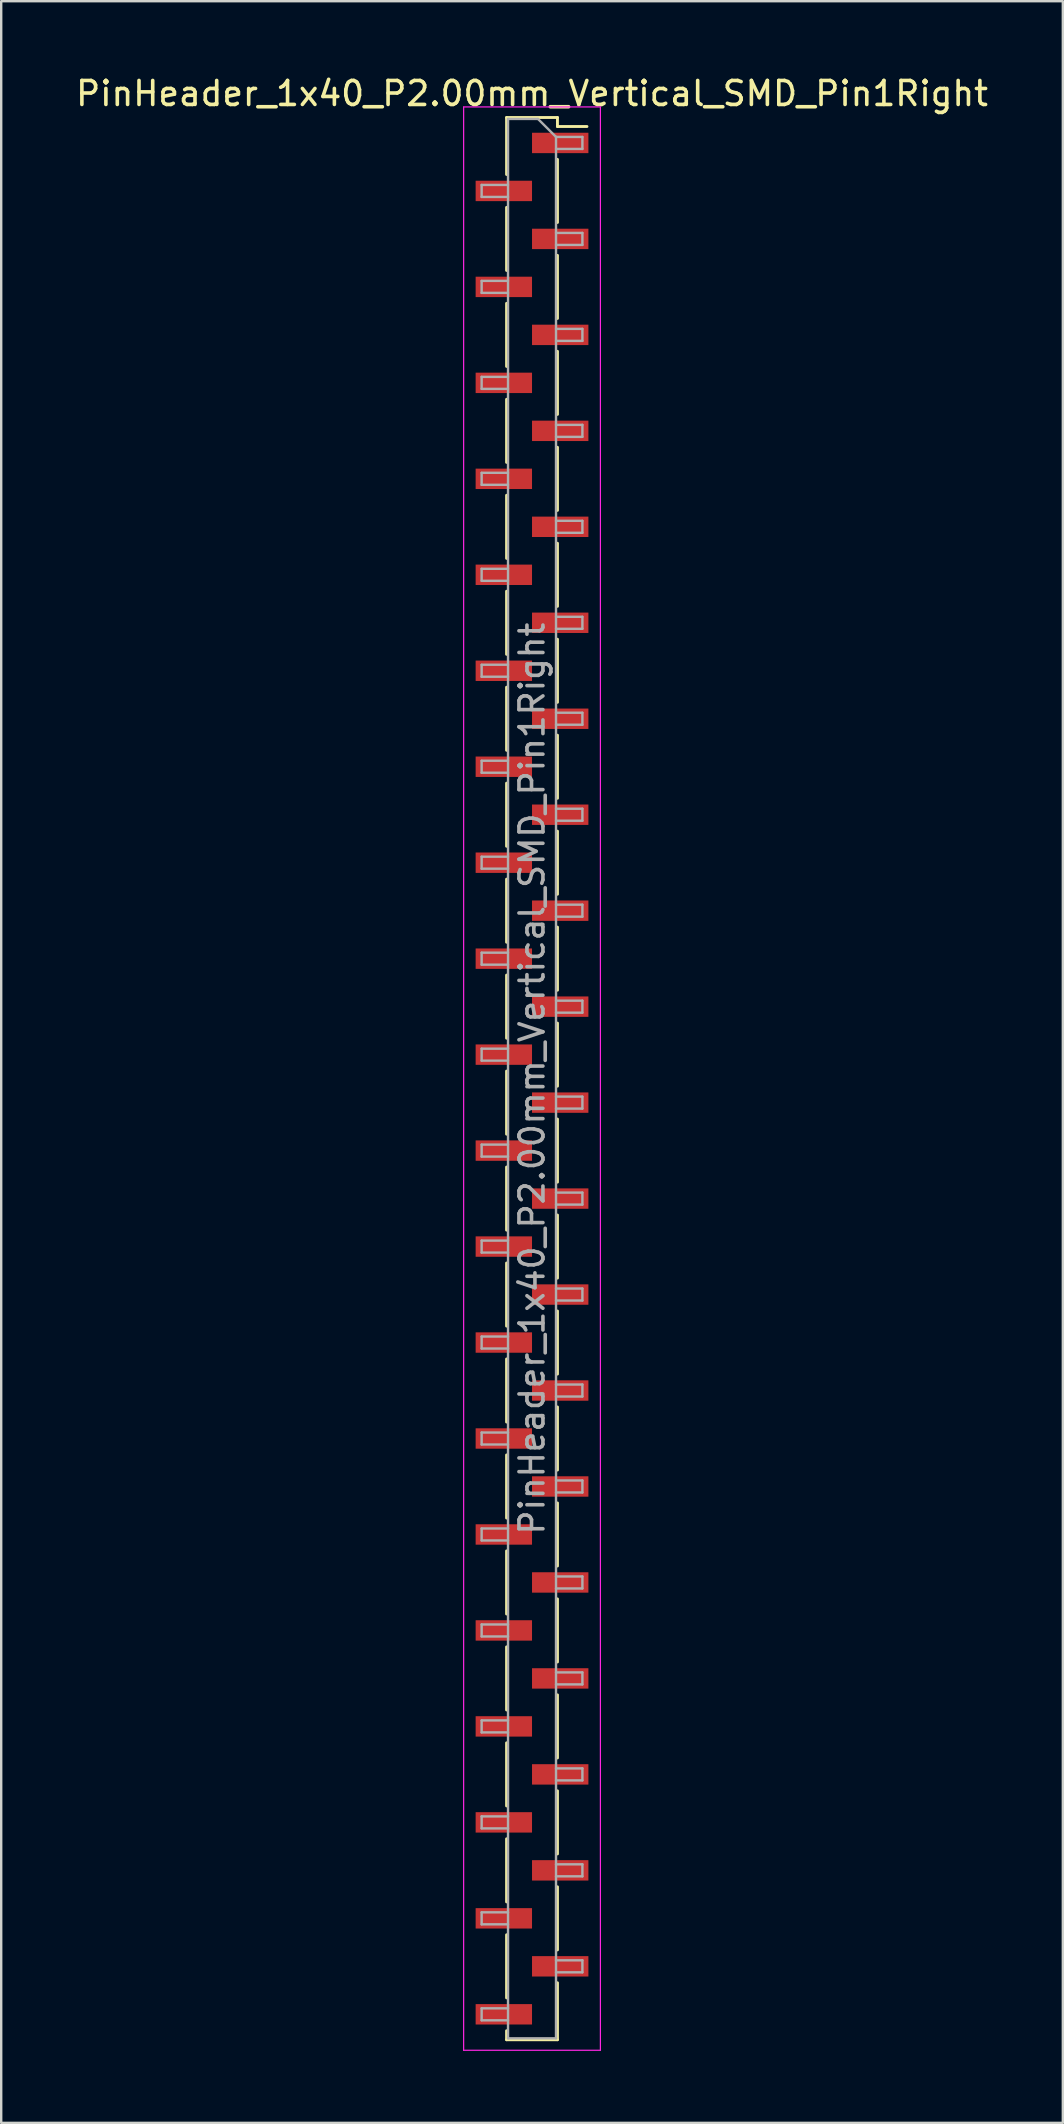
<source format=kicad_pcb>
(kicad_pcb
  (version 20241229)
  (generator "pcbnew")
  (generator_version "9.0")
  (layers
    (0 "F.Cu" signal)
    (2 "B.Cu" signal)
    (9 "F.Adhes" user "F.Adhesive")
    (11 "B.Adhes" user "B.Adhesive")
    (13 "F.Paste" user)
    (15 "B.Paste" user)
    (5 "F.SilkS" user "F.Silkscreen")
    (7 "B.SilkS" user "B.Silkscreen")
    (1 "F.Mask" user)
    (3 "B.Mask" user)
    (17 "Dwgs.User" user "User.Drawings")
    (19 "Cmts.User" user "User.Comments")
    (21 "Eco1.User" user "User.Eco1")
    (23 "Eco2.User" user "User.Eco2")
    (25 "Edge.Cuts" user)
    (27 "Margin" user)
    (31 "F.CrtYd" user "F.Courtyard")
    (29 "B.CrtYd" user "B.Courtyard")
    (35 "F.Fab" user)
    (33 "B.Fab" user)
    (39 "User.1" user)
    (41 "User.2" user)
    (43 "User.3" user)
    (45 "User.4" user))
  (footprint "PinHeader_1x40_P2.00mm_Vertical_SMD_Pin1Right"
    (layer "F.Cu")
    (at 19.125 41.908)
    (property "Reference" "PinHeader_1x40_P2.00mm_Vertical_SMD_Pin1Right" (at 0 -41.06 0) (layer "F.SilkS") (effects (font (size 1 1) (thickness 0.15))))
    (attr smd)
    (fp_line (start -1.06 -40.06) (end -1.06 -37.685) (stroke (width 0.12) (type solid)) (layer "F.SilkS"))
    (fp_line (start -1.06 -40.06) (end 1.06 -40.06) (stroke (width 0.12) (type solid)) (layer "F.SilkS"))
    (fp_line (start -1.06 -36.315) (end -1.06 -33.685) (stroke (width 0.12) (type solid)) (layer "F.SilkS"))
    (fp_line (start -1.06 -32.315) (end -1.06 -29.685) (stroke (width 0.12) (type solid)) (layer "F.SilkS"))
    (fp_line (start -1.06 -28.315) (end -1.06 -25.685) (stroke (width 0.12) (type solid)) (layer "F.SilkS"))
    (fp_line (start -1.06 -24.315) (end -1.06 -21.685) (stroke (width 0.12) (type solid)) (layer "F.SilkS"))
    (fp_line (start -1.06 -20.315) (end -1.06 -17.685) (stroke (width 0.12) (type solid)) (layer "F.SilkS"))
    (fp_line (start -1.06 -16.315) (end -1.06 -13.685) (stroke (width 0.12) (type solid)) (layer "F.SilkS"))
    (fp_line (start -1.06 -12.315) (end -1.06 -9.685) (stroke (width 0.12) (type solid)) (layer "F.SilkS"))
    (fp_line (start -1.06 -8.315) (end -1.06 -5.685) (stroke (width 0.12) (type solid)) (layer "F.SilkS"))
    (fp_line (start -1.06 -4.315) (end -1.06 -1.685) (stroke (width 0.12) (type solid)) (layer "F.SilkS"))
    (fp_line (start -1.06 -0.315) (end -1.06 2.315) (stroke (width 0.12) (type solid)) (layer "F.SilkS"))
    (fp_line (start -1.06 3.685) (end -1.06 6.315) (stroke (width 0.12) (type solid)) (layer "F.SilkS"))
    (fp_line (start -1.06 7.685) (end -1.06 10.315) (stroke (width 0.12) (type solid)) (layer "F.SilkS"))
    (fp_line (start -1.06 11.685) (end -1.06 14.315) (stroke (width 0.12) (type solid)) (layer "F.SilkS"))
    (fp_line (start -1.06 15.685) (end -1.06 18.315) (stroke (width 0.12) (type solid)) (layer "F.SilkS"))
    (fp_line (start -1.06 19.685) (end -1.06 22.315) (stroke (width 0.12) (type solid)) (layer "F.SilkS"))
    (fp_line (start -1.06 23.685) (end -1.06 26.315) (stroke (width 0.12) (type solid)) (layer "F.SilkS"))
    (fp_line (start -1.06 27.685) (end -1.06 30.315) (stroke (width 0.12) (type solid)) (layer "F.SilkS"))
    (fp_line (start -1.06 31.685) (end -1.06 34.315) (stroke (width 0.12) (type solid)) (layer "F.SilkS"))
    (fp_line (start -1.06 35.685) (end -1.06 38.315) (stroke (width 0.12) (type solid)) (layer "F.SilkS"))
    (fp_line (start -1.06 39.685) (end -1.06 40.06) (stroke (width 0.12) (type solid)) (layer "F.SilkS"))
    (fp_line (start -1.06 40.06) (end 1.06 40.06) (stroke (width 0.12) (type solid)) (layer "F.SilkS"))
    (fp_line (start 1.06 -40.06) (end 1.06 -39.685) (stroke (width 0.12) (type solid)) (layer "F.SilkS"))
    (fp_line (start 1.06 -39.685) (end 2.29 -39.685) (stroke (width 0.12) (type solid)) (layer "F.SilkS"))
    (fp_line (start 1.06 -38.315) (end 1.06 -35.685) (stroke (width 0.12) (type solid)) (layer "F.SilkS"))
    (fp_line (start 1.06 -34.315) (end 1.06 -31.685) (stroke (width 0.12) (type solid)) (layer "F.SilkS"))
    (fp_line (start 1.06 -30.315) (end 1.06 -27.685) (stroke (width 0.12) (type solid)) (layer "F.SilkS"))
    (fp_line (start 1.06 -26.315) (end 1.06 -23.685) (stroke (width 0.12) (type solid)) (layer "F.SilkS"))
    (fp_line (start 1.06 -22.315) (end 1.06 -19.685) (stroke (width 0.12) (type solid)) (layer "F.SilkS"))
    (fp_line (start 1.06 -18.315) (end 1.06 -15.685) (stroke (width 0.12) (type solid)) (layer "F.SilkS"))
    (fp_line (start 1.06 -14.315) (end 1.06 -11.685) (stroke (width 0.12) (type solid)) (layer "F.SilkS"))
    (fp_line (start 1.06 -10.315) (end 1.06 -7.685) (stroke (width 0.12) (type solid)) (layer "F.SilkS"))
    (fp_line (start 1.06 -6.315) (end 1.06 -3.685) (stroke (width 0.12) (type solid)) (layer "F.SilkS"))
    (fp_line (start 1.06 -2.315) (end 1.06 0.315) (stroke (width 0.12) (type solid)) (layer "F.SilkS"))
    (fp_line (start 1.06 1.685) (end 1.06 4.315) (stroke (width 0.12) (type solid)) (layer "F.SilkS"))
    (fp_line (start 1.06 5.685) (end 1.06 8.315) (stroke (width 0.12) (type solid)) (layer "F.SilkS"))
    (fp_line (start 1.06 9.685) (end 1.06 12.315) (stroke (width 0.12) (type solid)) (layer "F.SilkS"))
    (fp_line (start 1.06 13.685) (end 1.06 16.315) (stroke (width 0.12) (type solid)) (layer "F.SilkS"))
    (fp_line (start 1.06 17.685) (end 1.06 20.315) (stroke (width 0.12) (type solid)) (layer "F.SilkS"))
    (fp_line (start 1.06 21.685) (end 1.06 24.315) (stroke (width 0.12) (type solid)) (layer "F.SilkS"))
    (fp_line (start 1.06 25.685) (end 1.06 28.315) (stroke (width 0.12) (type solid)) (layer "F.SilkS"))
    (fp_line (start 1.06 29.685) (end 1.06 32.315) (stroke (width 0.12) (type solid)) (layer "F.SilkS"))
    (fp_line (start 1.06 33.685) (end 1.06 36.315) (stroke (width 0.12) (type solid)) (layer "F.SilkS"))
    (fp_line (start 1.06 37.685) (end 1.06 40.06) (stroke (width 0.12) (type solid)) (layer "F.SilkS"))
    (fp_line (start -2.85 -40.5) (end -2.85 40.5) (stroke (width 0.05) (type solid)) (layer "F.CrtYd"))
    (fp_line (start -2.85 40.5) (end 2.85 40.5) (stroke (width 0.05) (type solid)) (layer "F.CrtYd"))
    (fp_line (start 2.85 -40.5) (end -2.85 -40.5) (stroke (width 0.05) (type solid)) (layer "F.CrtYd"))
    (fp_line (start 2.85 40.5) (end 2.85 -40.5) (stroke (width 0.05) (type solid)) (layer "F.CrtYd"))
    (fp_line (start -2.1 -37.25) (end -2.1 -36.75) (stroke (width 0.1) (type solid)) (layer "F.Fab"))
    (fp_line (start -2.1 -36.75) (end -1 -36.75) (stroke (width 0.1) (type solid)) (layer "F.Fab"))
    (fp_line (start -2.1 -33.25) (end -2.1 -32.75) (stroke (width 0.1) (type solid)) (layer "F.Fab"))
    (fp_line (start -2.1 -32.75) (end -1 -32.75) (stroke (width 0.1) (type solid)) (layer "F.Fab"))
    (fp_line (start -2.1 -29.25) (end -2.1 -28.75) (stroke (width 0.1) (type solid)) (layer "F.Fab"))
    (fp_line (start -2.1 -28.75) (end -1 -28.75) (stroke (width 0.1) (type solid)) (layer "F.Fab"))
    (fp_line (start -2.1 -25.25) (end -2.1 -24.75) (stroke (width 0.1) (type solid)) (layer "F.Fab"))
    (fp_line (start -2.1 -24.75) (end -1 -24.75) (stroke (width 0.1) (type solid)) (layer "F.Fab"))
    (fp_line (start -2.1 -21.25) (end -2.1 -20.75) (stroke (width 0.1) (type solid)) (layer "F.Fab"))
    (fp_line (start -2.1 -20.75) (end -1 -20.75) (stroke (width 0.1) (type solid)) (layer "F.Fab"))
    (fp_line (start -2.1 -17.25) (end -2.1 -16.75) (stroke (width 0.1) (type solid)) (layer "F.Fab"))
    (fp_line (start -2.1 -16.75) (end -1 -16.75) (stroke (width 0.1) (type solid)) (layer "F.Fab"))
    (fp_line (start -2.1 -13.25) (end -2.1 -12.75) (stroke (width 0.1) (type solid)) (layer "F.Fab"))
    (fp_line (start -2.1 -12.75) (end -1 -12.75) (stroke (width 0.1) (type solid)) (layer "F.Fab"))
    (fp_line (start -2.1 -9.25) (end -2.1 -8.75) (stroke (width 0.1) (type solid)) (layer "F.Fab"))
    (fp_line (start -2.1 -8.75) (end -1 -8.75) (stroke (width 0.1) (type solid)) (layer "F.Fab"))
    (fp_line (start -2.1 -5.25) (end -2.1 -4.75) (stroke (width 0.1) (type solid)) (layer "F.Fab"))
    (fp_line (start -2.1 -4.75) (end -1 -4.75) (stroke (width 0.1) (type solid)) (layer "F.Fab"))
    (fp_line (start -2.1 -1.25) (end -2.1 -0.75) (stroke (width 0.1) (type solid)) (layer "F.Fab"))
    (fp_line (start -2.1 -0.75) (end -1 -0.75) (stroke (width 0.1) (type solid)) (layer "F.Fab"))
    (fp_line (start -2.1 2.75) (end -2.1 3.25) (stroke (width 0.1) (type solid)) (layer "F.Fab"))
    (fp_line (start -2.1 3.25) (end -1 3.25) (stroke (width 0.1) (type solid)) (layer "F.Fab"))
    (fp_line (start -2.1 6.75) (end -2.1 7.25) (stroke (width 0.1) (type solid)) (layer "F.Fab"))
    (fp_line (start -2.1 7.25) (end -1 7.25) (stroke (width 0.1) (type solid)) (layer "F.Fab"))
    (fp_line (start -2.1 10.75) (end -2.1 11.25) (stroke (width 0.1) (type solid)) (layer "F.Fab"))
    (fp_line (start -2.1 11.25) (end -1 11.25) (stroke (width 0.1) (type solid)) (layer "F.Fab"))
    (fp_line (start -2.1 14.75) (end -2.1 15.25) (stroke (width 0.1) (type solid)) (layer "F.Fab"))
    (fp_line (start -2.1 15.25) (end -1 15.25) (stroke (width 0.1) (type solid)) (layer "F.Fab"))
    (fp_line (start -2.1 18.75) (end -2.1 19.25) (stroke (width 0.1) (type solid)) (layer "F.Fab"))
    (fp_line (start -2.1 19.25) (end -1 19.25) (stroke (width 0.1) (type solid)) (layer "F.Fab"))
    (fp_line (start -2.1 22.75) (end -2.1 23.25) (stroke (width 0.1) (type solid)) (layer "F.Fab"))
    (fp_line (start -2.1 23.25) (end -1 23.25) (stroke (width 0.1) (type solid)) (layer "F.Fab"))
    (fp_line (start -2.1 26.75) (end -2.1 27.25) (stroke (width 0.1) (type solid)) (layer "F.Fab"))
    (fp_line (start -2.1 27.25) (end -1 27.25) (stroke (width 0.1) (type solid)) (layer "F.Fab"))
    (fp_line (start -2.1 30.75) (end -2.1 31.25) (stroke (width 0.1) (type solid)) (layer "F.Fab"))
    (fp_line (start -2.1 31.25) (end -1 31.25) (stroke (width 0.1) (type solid)) (layer "F.Fab"))
    (fp_line (start -2.1 34.75) (end -2.1 35.25) (stroke (width 0.1) (type solid)) (layer "F.Fab"))
    (fp_line (start -2.1 35.25) (end -1 35.25) (stroke (width 0.1) (type solid)) (layer "F.Fab"))
    (fp_line (start -2.1 38.75) (end -2.1 39.25) (stroke (width 0.1) (type solid)) (layer "F.Fab"))
    (fp_line (start -2.1 39.25) (end -1 39.25) (stroke (width 0.1) (type solid)) (layer "F.Fab"))
    (fp_line (start -1 -40) (end -1 40) (stroke (width 0.1) (type solid)) (layer "F.Fab"))
    (fp_line (start -1 -40) (end 0.25 -40) (stroke (width 0.1) (type solid)) (layer "F.Fab"))
    (fp_line (start -1 -37.25) (end -2.1 -37.25) (stroke (width 0.1) (type solid)) (layer "F.Fab"))
    (fp_line (start -1 -33.25) (end -2.1 -33.25) (stroke (width 0.1) (type solid)) (layer "F.Fab"))
    (fp_line (start -1 -29.25) (end -2.1 -29.25) (stroke (width 0.1) (type solid)) (layer "F.Fab"))
    (fp_line (start -1 -25.25) (end -2.1 -25.25) (stroke (width 0.1) (type solid)) (layer "F.Fab"))
    (fp_line (start -1 -21.25) (end -2.1 -21.25) (stroke (width 0.1) (type solid)) (layer "F.Fab"))
    (fp_line (start -1 -17.25) (end -2.1 -17.25) (stroke (width 0.1) (type solid)) (layer "F.Fab"))
    (fp_line (start -1 -13.25) (end -2.1 -13.25) (stroke (width 0.1) (type solid)) (layer "F.Fab"))
    (fp_line (start -1 -9.25) (end -2.1 -9.25) (stroke (width 0.1) (type solid)) (layer "F.Fab"))
    (fp_line (start -1 -5.25) (end -2.1 -5.25) (stroke (width 0.1) (type solid)) (layer "F.Fab"))
    (fp_line (start -1 -1.25) (end -2.1 -1.25) (stroke (width 0.1) (type solid)) (layer "F.Fab"))
    (fp_line (start -1 2.75) (end -2.1 2.75) (stroke (width 0.1) (type solid)) (layer "F.Fab"))
    (fp_line (start -1 6.75) (end -2.1 6.75) (stroke (width 0.1) (type solid)) (layer "F.Fab"))
    (fp_line (start -1 10.75) (end -2.1 10.75) (stroke (width 0.1) (type solid)) (layer "F.Fab"))
    (fp_line (start -1 14.75) (end -2.1 14.75) (stroke (width 0.1) (type solid)) (layer "F.Fab"))
    (fp_line (start -1 18.75) (end -2.1 18.75) (stroke (width 0.1) (type solid)) (layer "F.Fab"))
    (fp_line (start -1 22.75) (end -2.1 22.75) (stroke (width 0.1) (type solid)) (layer "F.Fab"))
    (fp_line (start -1 26.75) (end -2.1 26.75) (stroke (width 0.1) (type solid)) (layer "F.Fab"))
    (fp_line (start -1 30.75) (end -2.1 30.75) (stroke (width 0.1) (type solid)) (layer "F.Fab"))
    (fp_line (start -1 34.75) (end -2.1 34.75) (stroke (width 0.1) (type solid)) (layer "F.Fab"))
    (fp_line (start -1 38.75) (end -2.1 38.75) (stroke (width 0.1) (type solid)) (layer "F.Fab"))
    (fp_line (start 1 -39.25) (end 0.25 -40) (stroke (width 0.1) (type solid)) (layer "F.Fab"))
    (fp_line (start 1 -39.25) (end 2.1 -39.25) (stroke (width 0.1) (type solid)) (layer "F.Fab"))
    (fp_line (start 1 -35.25) (end 2.1 -35.25) (stroke (width 0.1) (type solid)) (layer "F.Fab"))
    (fp_line (start 1 -31.25) (end 2.1 -31.25) (stroke (width 0.1) (type solid)) (layer "F.Fab"))
    (fp_line (start 1 -27.25) (end 2.1 -27.25) (stroke (width 0.1) (type solid)) (layer "F.Fab"))
    (fp_line (start 1 -23.25) (end 2.1 -23.25) (stroke (width 0.1) (type solid)) (layer "F.Fab"))
    (fp_line (start 1 -19.25) (end 2.1 -19.25) (stroke (width 0.1) (type solid)) (layer "F.Fab"))
    (fp_line (start 1 -15.25) (end 2.1 -15.25) (stroke (width 0.1) (type solid)) (layer "F.Fab"))
    (fp_line (start 1 -11.25) (end 2.1 -11.25) (stroke (width 0.1) (type solid)) (layer "F.Fab"))
    (fp_line (start 1 -7.25) (end 2.1 -7.25) (stroke (width 0.1) (type solid)) (layer "F.Fab"))
    (fp_line (start 1 -3.25) (end 2.1 -3.25) (stroke (width 0.1) (type solid)) (layer "F.Fab"))
    (fp_line (start 1 0.75) (end 2.1 0.75) (stroke (width 0.1) (type solid)) (layer "F.Fab"))
    (fp_line (start 1 4.75) (end 2.1 4.75) (stroke (width 0.1) (type solid)) (layer "F.Fab"))
    (fp_line (start 1 8.75) (end 2.1 8.75) (stroke (width 0.1) (type solid)) (layer "F.Fab"))
    (fp_line (start 1 12.75) (end 2.1 12.75) (stroke (width 0.1) (type solid)) (layer "F.Fab"))
    (fp_line (start 1 16.75) (end 2.1 16.75) (stroke (width 0.1) (type solid)) (layer "F.Fab"))
    (fp_line (start 1 20.75) (end 2.1 20.75) (stroke (width 0.1) (type solid)) (layer "F.Fab"))
    (fp_line (start 1 24.75) (end 2.1 24.75) (stroke (width 0.1) (type solid)) (layer "F.Fab"))
    (fp_line (start 1 28.75) (end 2.1 28.75) (stroke (width 0.1) (type solid)) (layer "F.Fab"))
    (fp_line (start 1 32.75) (end 2.1 32.75) (stroke (width 0.1) (type solid)) (layer "F.Fab"))
    (fp_line (start 1 36.75) (end 2.1 36.75) (stroke (width 0.1) (type solid)) (layer "F.Fab"))
    (fp_line (start 1 40) (end -1 40) (stroke (width 0.1) (type solid)) (layer "F.Fab"))
    (fp_line (start 1 40) (end 1 -39.25) (stroke (width 0.1) (type solid)) (layer "F.Fab"))
    (fp_line (start 2.1 -39.25) (end 2.1 -38.75) (stroke (width 0.1) (type solid)) (layer "F.Fab"))
    (fp_line (start 2.1 -38.75) (end 1 -38.75) (stroke (width 0.1) (type solid)) (layer "F.Fab"))
    (fp_line (start 2.1 -35.25) (end 2.1 -34.75) (stroke (width 0.1) (type solid)) (layer "F.Fab"))
    (fp_line (start 2.1 -34.75) (end 1 -34.75) (stroke (width 0.1) (type solid)) (layer "F.Fab"))
    (fp_line (start 2.1 -31.25) (end 2.1 -30.75) (stroke (width 0.1) (type solid)) (layer "F.Fab"))
    (fp_line (start 2.1 -30.75) (end 1 -30.75) (stroke (width 0.1) (type solid)) (layer "F.Fab"))
    (fp_line (start 2.1 -27.25) (end 2.1 -26.75) (stroke (width 0.1) (type solid)) (layer "F.Fab"))
    (fp_line (start 2.1 -26.75) (end 1 -26.75) (stroke (width 0.1) (type solid)) (layer "F.Fab"))
    (fp_line (start 2.1 -23.25) (end 2.1 -22.75) (stroke (width 0.1) (type solid)) (layer "F.Fab"))
    (fp_line (start 2.1 -22.75) (end 1 -22.75) (stroke (width 0.1) (type solid)) (layer "F.Fab"))
    (fp_line (start 2.1 -19.25) (end 2.1 -18.75) (stroke (width 0.1) (type solid)) (layer "F.Fab"))
    (fp_line (start 2.1 -18.75) (end 1 -18.75) (stroke (width 0.1) (type solid)) (layer "F.Fab"))
    (fp_line (start 2.1 -15.25) (end 2.1 -14.75) (stroke (width 0.1) (type solid)) (layer "F.Fab"))
    (fp_line (start 2.1 -14.75) (end 1 -14.75) (stroke (width 0.1) (type solid)) (layer "F.Fab"))
    (fp_line (start 2.1 -11.25) (end 2.1 -10.75) (stroke (width 0.1) (type solid)) (layer "F.Fab"))
    (fp_line (start 2.1 -10.75) (end 1 -10.75) (stroke (width 0.1) (type solid)) (layer "F.Fab"))
    (fp_line (start 2.1 -7.25) (end 2.1 -6.75) (stroke (width 0.1) (type solid)) (layer "F.Fab"))
    (fp_line (start 2.1 -6.75) (end 1 -6.75) (stroke (width 0.1) (type solid)) (layer "F.Fab"))
    (fp_line (start 2.1 -3.25) (end 2.1 -2.75) (stroke (width 0.1) (type solid)) (layer "F.Fab"))
    (fp_line (start 2.1 -2.75) (end 1 -2.75) (stroke (width 0.1) (type solid)) (layer "F.Fab"))
    (fp_line (start 2.1 0.75) (end 2.1 1.25) (stroke (width 0.1) (type solid)) (layer "F.Fab"))
    (fp_line (start 2.1 1.25) (end 1 1.25) (stroke (width 0.1) (type solid)) (layer "F.Fab"))
    (fp_line (start 2.1 4.75) (end 2.1 5.25) (stroke (width 0.1) (type solid)) (layer "F.Fab"))
    (fp_line (start 2.1 5.25) (end 1 5.25) (stroke (width 0.1) (type solid)) (layer "F.Fab"))
    (fp_line (start 2.1 8.75) (end 2.1 9.25) (stroke (width 0.1) (type solid)) (layer "F.Fab"))
    (fp_line (start 2.1 9.25) (end 1 9.25) (stroke (width 0.1) (type solid)) (layer "F.Fab"))
    (fp_line (start 2.1 12.75) (end 2.1 13.25) (stroke (width 0.1) (type solid)) (layer "F.Fab"))
    (fp_line (start 2.1 13.25) (end 1 13.25) (stroke (width 0.1) (type solid)) (layer "F.Fab"))
    (fp_line (start 2.1 16.75) (end 2.1 17.25) (stroke (width 0.1) (type solid)) (layer "F.Fab"))
    (fp_line (start 2.1 17.25) (end 1 17.25) (stroke (width 0.1) (type solid)) (layer "F.Fab"))
    (fp_line (start 2.1 20.75) (end 2.1 21.25) (stroke (width 0.1) (type solid)) (layer "F.Fab"))
    (fp_line (start 2.1 21.25) (end 1 21.25) (stroke (width 0.1) (type solid)) (layer "F.Fab"))
    (fp_line (start 2.1 24.75) (end 2.1 25.25) (stroke (width 0.1) (type solid)) (layer "F.Fab"))
    (fp_line (start 2.1 25.25) (end 1 25.25) (stroke (width 0.1) (type solid)) (layer "F.Fab"))
    (fp_line (start 2.1 28.75) (end 2.1 29.25) (stroke (width 0.1) (type solid)) (layer "F.Fab"))
    (fp_line (start 2.1 29.25) (end 1 29.25) (stroke (width 0.1) (type solid)) (layer "F.Fab"))
    (fp_line (start 2.1 32.75) (end 2.1 33.25) (stroke (width 0.1) (type solid)) (layer "F.Fab"))
    (fp_line (start 2.1 33.25) (end 1 33.25) (stroke (width 0.1) (type solid)) (layer "F.Fab"))
    (fp_line (start 2.1 36.75) (end 2.1 37.25) (stroke (width 0.1) (type solid)) (layer "F.Fab"))
    (fp_line (start 2.1 37.25) (end 1 37.25) (stroke (width 0.1) (type solid)) (layer "F.Fab"))
    (fp_text user "${REFERENCE}" (at 0 0 90) (layer "F.Fab") (effects (font (size 1 1) (thickness 0.15))))
    (pad "1" smd rect (at 1.175 -39) (size 2.35 0.85) (layers "F.Cu" "F.Mask" "F.Paste"))
    (pad "2" smd rect (at -1.175 -37) (size 2.35 0.85) (layers "F.Cu" "F.Mask" "F.Paste"))
    (pad "3" smd rect (at 1.175 -35) (size 2.35 0.85) (layers "F.Cu" "F.Mask" "F.Paste"))
    (pad "4" smd rect (at -1.175 -33) (size 2.35 0.85) (layers "F.Cu" "F.Mask" "F.Paste"))
    (pad "5" smd rect (at 1.175 -31) (size 2.35 0.85) (layers "F.Cu" "F.Mask" "F.Paste"))
    (pad "6" smd rect (at -1.175 -29) (size 2.35 0.85) (layers "F.Cu" "F.Mask" "F.Paste"))
    (pad "7" smd rect (at 1.175 -27) (size 2.35 0.85) (layers "F.Cu" "F.Mask" "F.Paste"))
    (pad "8" smd rect (at -1.175 -25) (size 2.35 0.85) (layers "F.Cu" "F.Mask" "F.Paste"))
    (pad "9" smd rect (at 1.175 -23) (size 2.35 0.85) (layers "F.Cu" "F.Mask" "F.Paste"))
    (pad "10" smd rect (at -1.175 -21) (size 2.35 0.85) (layers "F.Cu" "F.Mask" "F.Paste"))
    (pad "11" smd rect (at 1.175 -19) (size 2.35 0.85) (layers "F.Cu" "F.Mask" "F.Paste"))
    (pad "12" smd rect (at -1.175 -17) (size 2.35 0.85) (layers "F.Cu" "F.Mask" "F.Paste"))
    (pad "13" smd rect (at 1.175 -15) (size 2.35 0.85) (layers "F.Cu" "F.Mask" "F.Paste"))
    (pad "14" smd rect (at -1.175 -13) (size 2.35 0.85) (layers "F.Cu" "F.Mask" "F.Paste"))
    (pad "15" smd rect (at 1.175 -11) (size 2.35 0.85) (layers "F.Cu" "F.Mask" "F.Paste"))
    (pad "16" smd rect (at -1.175 -9) (size 2.35 0.85) (layers "F.Cu" "F.Mask" "F.Paste"))
    (pad "17" smd rect (at 1.175 -7) (size 2.35 0.85) (layers "F.Cu" "F.Mask" "F.Paste"))
    (pad "18" smd rect (at -1.175 -5) (size 2.35 0.85) (layers "F.Cu" "F.Mask" "F.Paste"))
    (pad "19" smd rect (at 1.175 -3) (size 2.35 0.85) (layers "F.Cu" "F.Mask" "F.Paste"))
    (pad "20" smd rect (at -1.175 -1) (size 2.35 0.85) (layers "F.Cu" "F.Mask" "F.Paste"))
    (pad "21" smd rect (at 1.175 1) (size 2.35 0.85) (layers "F.Cu" "F.Mask" "F.Paste"))
    (pad "22" smd rect (at -1.175 3) (size 2.35 0.85) (layers "F.Cu" "F.Mask" "F.Paste"))
    (pad "23" smd rect (at 1.175 5) (size 2.35 0.85) (layers "F.Cu" "F.Mask" "F.Paste"))
    (pad "24" smd rect (at -1.175 7) (size 2.35 0.85) (layers "F.Cu" "F.Mask" "F.Paste"))
    (pad "25" smd rect (at 1.175 9) (size 2.35 0.85) (layers "F.Cu" "F.Mask" "F.Paste"))
    (pad "26" smd rect (at -1.175 11) (size 2.35 0.85) (layers "F.Cu" "F.Mask" "F.Paste"))
    (pad "27" smd rect (at 1.175 13) (size 2.35 0.85) (layers "F.Cu" "F.Mask" "F.Paste"))
    (pad "28" smd rect (at -1.175 15) (size 2.35 0.85) (layers "F.Cu" "F.Mask" "F.Paste"))
    (pad "29" smd rect (at 1.175 17) (size 2.35 0.85) (layers "F.Cu" "F.Mask" "F.Paste"))
    (pad "30" smd rect (at -1.175 19) (size 2.35 0.85) (layers "F.Cu" "F.Mask" "F.Paste"))
    (pad "31" smd rect (at 1.175 21) (size 2.35 0.85) (layers "F.Cu" "F.Mask" "F.Paste"))
    (pad "32" smd rect (at -1.175 23) (size 2.35 0.85) (layers "F.Cu" "F.Mask" "F.Paste"))
    (pad "33" smd rect (at 1.175 25) (size 2.35 0.85) (layers "F.Cu" "F.Mask" "F.Paste"))
    (pad "34" smd rect (at -1.175 27) (size 2.35 0.85) (layers "F.Cu" "F.Mask" "F.Paste"))
    (pad "35" smd rect (at 1.175 29) (size 2.35 0.85) (layers "F.Cu" "F.Mask" "F.Paste"))
    (pad "36" smd rect (at -1.175 31) (size 2.35 0.85) (layers "F.Cu" "F.Mask" "F.Paste"))
    (pad "37" smd rect (at 1.175 33) (size 2.35 0.85) (layers "F.Cu" "F.Mask" "F.Paste"))
    (pad "38" smd rect (at -1.175 35) (size 2.35 0.85) (layers "F.Cu" "F.Mask" "F.Paste"))
    (pad "39" smd rect (at 1.175 37) (size 2.35 0.85) (layers "F.Cu" "F.Mask" "F.Paste"))
    (pad "40" smd rect (at -1.175 39) (size 2.35 0.85) (layers "F.Cu" "F.Mask" "F.Paste")))
  (gr_rect
    (start -3 -3)
    (end 41.25 85.433)
    (stroke (width 0.1) (type default))
    (fill no)
    (layer "Edge.Cuts")))
</source>
